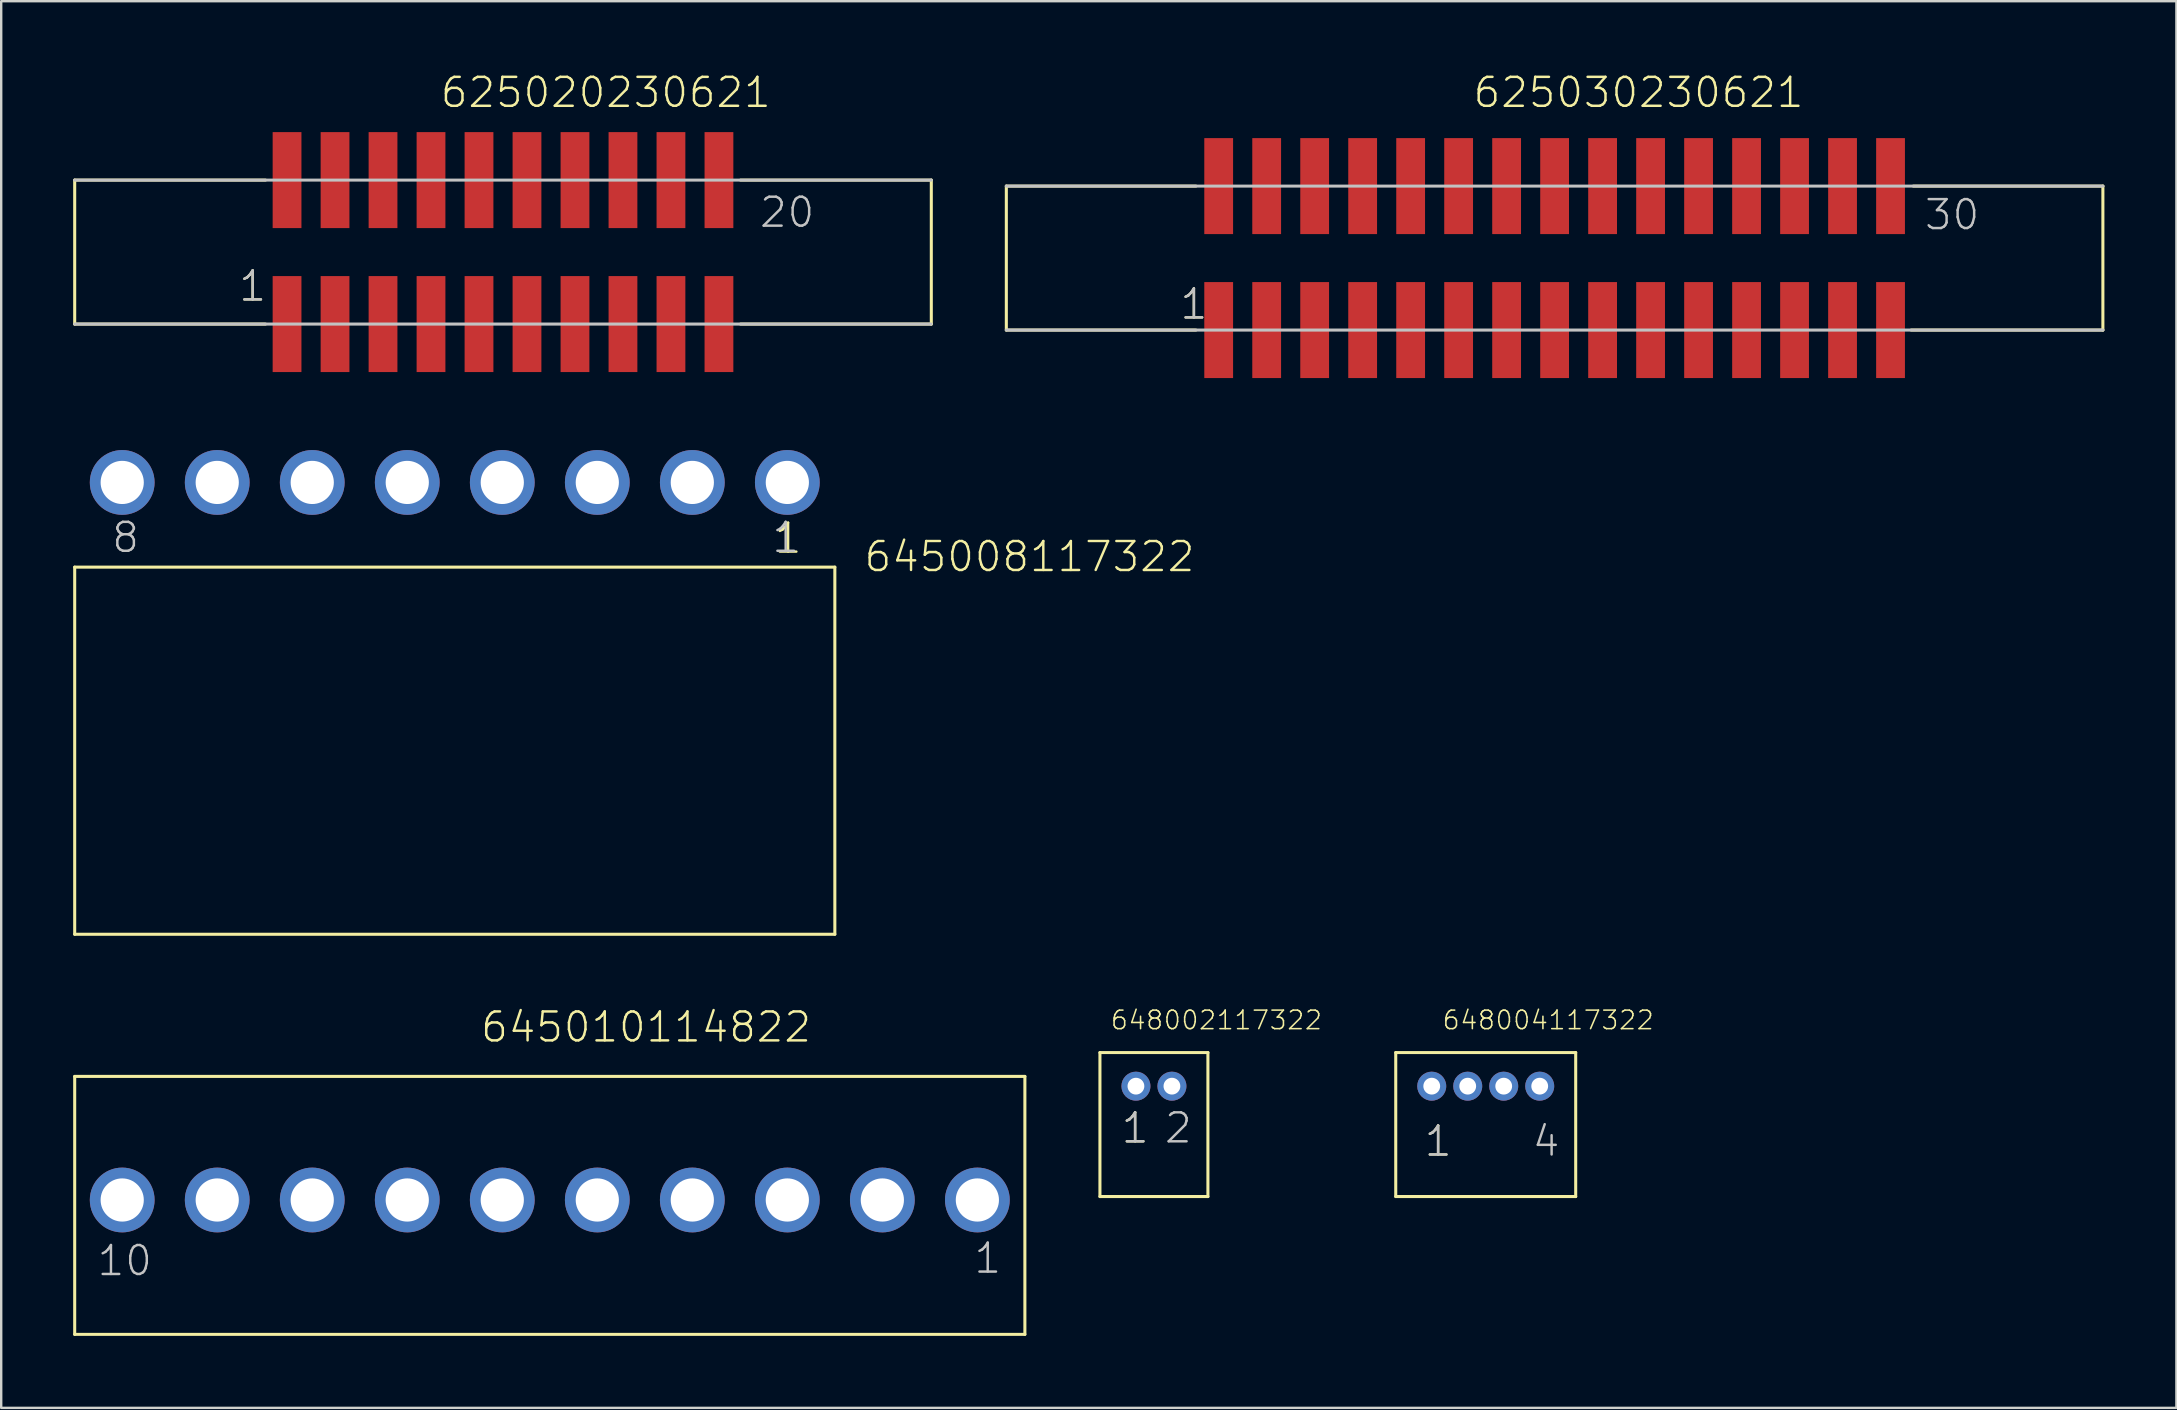
<source format=kicad_pcb>
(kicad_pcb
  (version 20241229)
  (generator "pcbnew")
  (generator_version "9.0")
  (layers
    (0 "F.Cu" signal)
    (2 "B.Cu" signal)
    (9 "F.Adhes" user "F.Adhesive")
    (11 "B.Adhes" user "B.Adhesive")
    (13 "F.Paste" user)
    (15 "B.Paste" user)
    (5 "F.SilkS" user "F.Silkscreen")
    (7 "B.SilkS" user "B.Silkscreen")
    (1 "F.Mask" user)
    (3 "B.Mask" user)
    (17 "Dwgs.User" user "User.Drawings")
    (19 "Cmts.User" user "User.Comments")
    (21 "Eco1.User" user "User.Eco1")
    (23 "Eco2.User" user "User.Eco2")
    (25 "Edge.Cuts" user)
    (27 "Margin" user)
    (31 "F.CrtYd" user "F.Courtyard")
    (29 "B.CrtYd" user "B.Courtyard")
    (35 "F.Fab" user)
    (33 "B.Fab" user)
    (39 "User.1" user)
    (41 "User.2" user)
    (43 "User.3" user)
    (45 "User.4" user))
  (footprint "645008117322"
    (layer "F.Cu")
    (at 15.903 17.056)
    (property "Reference" "645008117322" (at 16.995 3.8 0) (layer "F.SilkS") (effects (font (size 1.206 1.206) (thickness 0.102)) (justify left bottom)))
    (attr through_hole)
    (fp_line (start -15.84 3.53) (end 15.84 3.53) (stroke (width 0.127) (type solid)) (layer "F.SilkS"))
    (fp_line (start -15.84 18.83) (end -15.84 3.53) (stroke (width 0.127) (type solid)) (layer "F.SilkS"))
    (fp_line (start 15.84 3.53) (end 15.84 18.83) (stroke (width 0.127) (type solid)) (layer "F.SilkS"))
    (fp_line (start 15.84 18.83) (end -15.84 18.83) (stroke (width 0.127) (type solid)) (layer "F.SilkS"))
    (fp_text user "1" (at 13.25 3.035 0) (layer "F.SilkS") (effects (font (size 1.206 1.206) (thickness 0.102)) (justify left bottom)))
    (fp_text user "8" (at -14.36 3 0) (layer "Dwgs.User") (effects (font (size 1.206 1.206) (thickness 0.102)) (justify left bottom)))
    (fp_text user "1" (at 13.15 3 0) (layer "Dwgs.User") (effects (font (size 1.206 1.206) (thickness 0.102)) (justify left bottom)))
    (pad "1" thru_hole circle (at 13.86 0) (size 2.7 2.7) (drill 1.8) (layers "*.Cu" "*.Mask"))
    (pad "2" thru_hole circle (at 9.9 0) (size 2.7 2.7) (drill 1.8) (layers "*.Cu" "*.Mask"))
    (pad "3" thru_hole circle (at 5.94 0) (size 2.7 2.7) (drill 1.8) (layers "*.Cu" "*.Mask"))
    (pad "4" thru_hole circle (at 1.98 0) (size 2.7 2.7) (drill 1.8) (layers "*.Cu" "*.Mask"))
    (pad "5" thru_hole circle (at -1.98 0) (size 2.7 2.7) (drill 1.8) (layers "*.Cu" "*.Mask"))
    (pad "6" thru_hole circle (at -5.94 0) (size 2.7 2.7) (drill 1.8) (layers "*.Cu" "*.Mask"))
    (pad "7" thru_hole circle (at -9.9 0) (size 2.7 2.7) (drill 1.8) (layers "*.Cu" "*.Mask"))
    (pad "8" thru_hole circle (at -13.86 0) (size 2.7 2.7) (drill 1.8) (layers "*.Cu" "*.Mask")))
  (footprint "645010114822"
    (layer "F.Cu")
    (at 19.863 46.961)
    (property "Reference" "645010114822" (at -2.945 -6.5 0) (layer "F.SilkS") (effects (font (size 1.206 1.206) (thickness 0.102)) (justify left bottom)))
    (attr through_hole)
    (fp_line (start -19.8 -5.15) (end 19.8 -5.15) (stroke (width 0.127) (type solid)) (layer "F.SilkS"))
    (fp_line (start -19.8 5.6) (end -19.8 -5.15) (stroke (width 0.127) (type solid)) (layer "F.SilkS"))
    (fp_line (start 19.8 -5.15) (end 19.8 5.6) (stroke (width 0.127) (type solid)) (layer "F.SilkS"))
    (fp_line (start 19.8 5.6) (end -19.8 5.6) (stroke (width 0.127) (type solid)) (layer "F.SilkS"))
    (fp_text user "1" (at 17.61 3.135 0) (layer "Dwgs.User") (effects (font (size 1.206 1.206) (thickness 0.102)) (justify left bottom)))
    (fp_text user "10" (at -18.93 3.235 0) (layer "Dwgs.User") (effects (font (size 1.206 1.206) (thickness 0.102)) (justify left bottom)))
    (pad "1" thru_hole circle (at 17.82 0) (size 2.7 2.7) (drill 1.8) (layers "*.Cu" "*.Mask"))
    (pad "2" thru_hole circle (at 13.86 0) (size 2.7 2.7) (drill 1.8) (layers "*.Cu" "*.Mask"))
    (pad "3" thru_hole circle (at 9.9 0) (size 2.7 2.7) (drill 1.8) (layers "*.Cu" "*.Mask"))
    (pad "4" thru_hole circle (at 5.94 0) (size 2.7 2.7) (drill 1.8) (layers "*.Cu" "*.Mask"))
    (pad "5" thru_hole circle (at 1.98 0) (size 2.7 2.7) (drill 1.8) (layers "*.Cu" "*.Mask"))
    (pad "6" thru_hole circle (at -1.98 0) (size 2.7 2.7) (drill 1.8) (layers "*.Cu" "*.Mask"))
    (pad "7" thru_hole circle (at -5.94 0) (size 2.7 2.7) (drill 1.8) (layers "*.Cu" "*.Mask"))
    (pad "8" thru_hole circle (at -9.9 0) (size 2.7 2.7) (drill 1.8) (layers "*.Cu" "*.Mask"))
    (pad "9" thru_hole circle (at -13.86 0) (size 2.7 2.7) (drill 1.8) (layers "*.Cu" "*.Mask"))
    (pad "10" thru_hole circle (at -17.82 0) (size 2.7 2.7) (drill 1.8) (layers "*.Cu" "*.Mask")))
  (footprint "625020230621"
    (layer "F.Cu")
    (at 17.913 7.456)
    (property "Reference" "625020230621" (at -2.675 -5.945 0) (layer "F.SilkS") (effects (font (size 1.206 1.206) (thickness 0.102)) (justify left bottom)))
    (attr through_hole)
    (fp_line (start -17.85 -3) (end -17.85 3) (stroke (width 0.127) (type solid)) (layer "F.SilkS"))
    (fp_line (start -9.9 -3) (end -17.85 -3) (stroke (width 0.127) (type solid)) (layer "F.SilkS"))
    (fp_line (start -9.9 3) (end -17.85 3) (stroke (width 0.127) (type solid)) (layer "F.SilkS"))
    (fp_line (start 9.9 -3) (end 17.85 -3) (stroke (width 0.127) (type solid)) (layer "F.SilkS"))
    (fp_line (start 9.9 3) (end 17.85 3) (stroke (width 0.127) (type solid)) (layer "F.SilkS"))
    (fp_line (start 17.85 3) (end 17.85 -3) (stroke (width 0.127) (type solid)) (layer "F.SilkS"))
    (fp_line (start -17.85 3) (end 17.85 3) (stroke (width 0.127) (type solid)) (layer "Dwgs.User"))
    (fp_line (start 17.85 -3) (end -17.85 -3) (stroke (width 0.127) (type solid)) (layer "Dwgs.User"))
    (fp_text user "1" (at -11.075 2.125 0) (layer "F.SilkS") (effects (font (size 1.206 1.206) (thickness 0.102)) (justify left bottom)))
    (fp_text user "1" (at -11.075 2.125 0) (layer "Dwgs.User") (effects (font (size 1.206 1.206) (thickness 0.102)) (justify left bottom)))
    (fp_text user "20" (at 10.625 -0.95 0) (layer "Dwgs.User") (effects (font (size 1.206 1.206) (thickness 0.102)) (justify left bottom)))
    (pad "1" smd rect (at -9 3 180) (size 1.2 4) (layers "F.Cu" "F.Mask" "F.Paste"))
    (pad "2" smd rect (at -9 -3 180) (size 1.2 4) (layers "F.Cu" "F.Mask" "F.Paste"))
    (pad "3" smd rect (at -7 3 180) (size 1.2 4) (layers "F.Cu" "F.Mask" "F.Paste"))
    (pad "4" smd rect (at -7 -3 180) (size 1.2 4) (layers "F.Cu" "F.Mask" "F.Paste"))
    (pad "5" smd rect (at -5 3 180) (size 1.2 4) (layers "F.Cu" "F.Mask" "F.Paste"))
    (pad "6" smd rect (at -5 -3 180) (size 1.2 4) (layers "F.Cu" "F.Mask" "F.Paste"))
    (pad "7" smd rect (at -3 3 180) (size 1.2 4) (layers "F.Cu" "F.Mask" "F.Paste"))
    (pad "8" smd rect (at -3 -3 180) (size 1.2 4) (layers "F.Cu" "F.Mask" "F.Paste"))
    (pad "9" smd rect (at -1 3 180) (size 1.2 4) (layers "F.Cu" "F.Mask" "F.Paste"))
    (pad "10" smd rect (at -1 -3 180) (size 1.2 4) (layers "F.Cu" "F.Mask" "F.Paste"))
    (pad "11" smd rect (at 1 3 180) (size 1.2 4) (layers "F.Cu" "F.Mask" "F.Paste"))
    (pad "12" smd rect (at 1 -3 180) (size 1.2 4) (layers "F.Cu" "F.Mask" "F.Paste"))
    (pad "13" smd rect (at 3 3 180) (size 1.2 4) (layers "F.Cu" "F.Mask" "F.Paste"))
    (pad "14" smd rect (at 3 -3 180) (size 1.2 4) (layers "F.Cu" "F.Mask" "F.Paste"))
    (pad "15" smd rect (at 5 3 180) (size 1.2 4) (layers "F.Cu" "F.Mask" "F.Paste"))
    (pad "16" smd rect (at 5 -3 180) (size 1.2 4) (layers "F.Cu" "F.Mask" "F.Paste"))
    (pad "17" smd rect (at 7 3 180) (size 1.2 4) (layers "F.Cu" "F.Mask" "F.Paste"))
    (pad "18" smd rect (at 7 -3 180) (size 1.2 4) (layers "F.Cu" "F.Mask" "F.Paste"))
    (pad "19" smd rect (at 9 3 180) (size 1.2 4) (layers "F.Cu" "F.Mask" "F.Paste"))
    (pad "20" smd rect (at 9 -3 180) (size 1.2 4) (layers "F.Cu" "F.Mask" "F.Paste")))
  (footprint "648002117322"
    (layer "F.Cu")
    (at 45.041 42.217)
    (property "Reference" "648002117322" (at -1.85 -2.3 0) (layer "F.SilkS") (effects (font (size 0.772 0.772) (thickness 0.065)) (justify left bottom)))
    (attr through_hole)
    (fp_line (start -2.25 -1.4) (end 2.25 -1.4) (stroke (width 0.127) (type solid)) (layer "F.SilkS"))
    (fp_line (start -2.25 4.6) (end -2.25 -1.4) (stroke (width 0.127) (type solid)) (layer "F.SilkS"))
    (fp_line (start 2.25 -1.4) (end 2.25 4.6) (stroke (width 0.127) (type solid)) (layer "F.SilkS"))
    (fp_line (start 2.25 4.6) (end -2.25 4.6) (stroke (width 0.127) (type solid)) (layer "F.SilkS"))
    (fp_text user "1" (at -1.425 2.45 0) (layer "F.SilkS") (effects (font (size 1.206 1.206) (thickness 0.102)) (justify left bottom)))
    (fp_text user "1" (at -1.425 2.45 0) (layer "Dwgs.User") (effects (font (size 1.206 1.206) (thickness 0.102)) (justify left bottom)))
    (fp_text user "2" (at 0.375 2.45 0) (layer "Dwgs.User") (effects (font (size 1.206 1.206) (thickness 0.102)) (justify left bottom)))
    (pad "1" thru_hole circle (at -0.75 0) (size 1.208 1.208) (drill 0.7) (layers "*.Cu" "*.Mask"))
    (pad "2" thru_hole circle (at 0.75 0) (size 1.208 1.208) (drill 0.7) (layers "*.Cu" "*.Mask")))
  (footprint "625030230621"
    (layer "F.Cu")
    (at 61.74 7.706)
    (property "Reference" "625030230621" (at -3.46 -6.195 0) (layer "F.SilkS") (effects (font (size 1.206 1.206) (thickness 0.102)) (justify left bottom)))
    (attr through_hole)
    (fp_line (start -22.85 -3) (end -22.85 3) (stroke (width 0.127) (type solid)) (layer "F.SilkS"))
    (fp_line (start -14.95 -3) (end -22.85 -3) (stroke (width 0.127) (type solid)) (layer "F.SilkS"))
    (fp_line (start -14.95 3) (end -22.85 3) (stroke (width 0.127) (type solid)) (layer "F.SilkS"))
    (fp_line (start 14.86 3) (end 22.85 3) (stroke (width 0.127) (type solid)) (layer "F.SilkS"))
    (fp_line (start 14.95 -3) (end 22.85 -3) (stroke (width 0.127) (type solid)) (layer "F.SilkS"))
    (fp_line (start 22.85 3) (end 22.85 -3) (stroke (width 0.127) (type solid)) (layer "F.SilkS"))
    (fp_line (start -22.85 3) (end 22.85 3) (stroke (width 0.127) (type solid)) (layer "Dwgs.User"))
    (fp_line (start 22.85 -3) (end -22.85 -3) (stroke (width 0.127) (type solid)) (layer "Dwgs.User"))
    (fp_text user "1" (at -15.675 2.625 0) (layer "F.SilkS") (effects (font (size 1.206 1.206) (thickness 0.102)) (justify left bottom)))
    (fp_text user "1" (at -15.675 2.625 0) (layer "Dwgs.User") (effects (font (size 1.206 1.206) (thickness 0.102)) (justify left bottom)))
    (fp_text user "30" (at 15.35 -1.1 0) (layer "Dwgs.User") (effects (font (size 1.206 1.206) (thickness 0.102)) (justify left bottom)))
    (pad "1" smd rect (at -14 3 180) (size 1.2 4) (layers "F.Cu" "F.Mask" "F.Paste"))
    (pad "2" smd rect (at -14 -3 180) (size 1.2 4) (layers "F.Cu" "F.Mask" "F.Paste"))
    (pad "3" smd rect (at -12 3 180) (size 1.2 4) (layers "F.Cu" "F.Mask" "F.Paste"))
    (pad "4" smd rect (at -12 -3 180) (size 1.2 4) (layers "F.Cu" "F.Mask" "F.Paste"))
    (pad "5" smd rect (at -10 3 180) (size 1.2 4) (layers "F.Cu" "F.Mask" "F.Paste"))
    (pad "6" smd rect (at -10 -3 180) (size 1.2 4) (layers "F.Cu" "F.Mask" "F.Paste"))
    (pad "7" smd rect (at -8 3 180) (size 1.2 4) (layers "F.Cu" "F.Mask" "F.Paste"))
    (pad "8" smd rect (at -8 -3 180) (size 1.2 4) (layers "F.Cu" "F.Mask" "F.Paste"))
    (pad "9" smd rect (at -6 3 180) (size 1.2 4) (layers "F.Cu" "F.Mask" "F.Paste"))
    (pad "10" smd rect (at -6 -3 180) (size 1.2 4) (layers "F.Cu" "F.Mask" "F.Paste"))
    (pad "11" smd rect (at -4 3 180) (size 1.2 4) (layers "F.Cu" "F.Mask" "F.Paste"))
    (pad "12" smd rect (at -4 -3 180) (size 1.2 4) (layers "F.Cu" "F.Mask" "F.Paste"))
    (pad "13" smd rect (at -2 3 180) (size 1.2 4) (layers "F.Cu" "F.Mask" "F.Paste"))
    (pad "14" smd rect (at -2 -3 180) (size 1.2 4) (layers "F.Cu" "F.Mask" "F.Paste"))
    (pad "15" smd rect (at 0 3 180) (size 1.2 4) (layers "F.Cu" "F.Mask" "F.Paste"))
    (pad "16" smd rect (at 0 -3 180) (size 1.2 4) (layers "F.Cu" "F.Mask" "F.Paste"))
    (pad "17" smd rect (at 2 3 180) (size 1.2 4) (layers "F.Cu" "F.Mask" "F.Paste"))
    (pad "18" smd rect (at 2 -3 180) (size 1.2 4) (layers "F.Cu" "F.Mask" "F.Paste"))
    (pad "19" smd rect (at 4 3 180) (size 1.2 4) (layers "F.Cu" "F.Mask" "F.Paste"))
    (pad "20" smd rect (at 4 -3 180) (size 1.2 4) (layers "F.Cu" "F.Mask" "F.Paste"))
    (pad "21" smd rect (at 6 3 180) (size 1.2 4) (layers "F.Cu" "F.Mask" "F.Paste"))
    (pad "22" smd rect (at 6 -3 180) (size 1.2 4) (layers "F.Cu" "F.Mask" "F.Paste"))
    (pad "23" smd rect (at 8 3 180) (size 1.2 4) (layers "F.Cu" "F.Mask" "F.Paste"))
    (pad "24" smd rect (at 8 -3 180) (size 1.2 4) (layers "F.Cu" "F.Mask" "F.Paste"))
    (pad "25" smd rect (at 10 3 180) (size 1.2 4) (layers "F.Cu" "F.Mask" "F.Paste"))
    (pad "26" smd rect (at 10 -3 180) (size 1.2 4) (layers "F.Cu" "F.Mask" "F.Paste"))
    (pad "27" smd rect (at 12 3 180) (size 1.2 4) (layers "F.Cu" "F.Mask" "F.Paste"))
    (pad "28" smd rect (at 12 -3 180) (size 1.2 4) (layers "F.Cu" "F.Mask" "F.Paste"))
    (pad "29" smd rect (at 14 3 180) (size 1.2 4) (layers "F.Cu" "F.Mask" "F.Paste"))
    (pad "30" smd rect (at 14 -3 180) (size 1.2 4) (layers "F.Cu" "F.Mask" "F.Paste")))
  (footprint "648004117322"
    (layer "F.Cu")
    (at 58.869 42.217)
    (property "Reference" "648004117322" (at -1.85 -2.3 0) (layer "F.SilkS") (effects (font (size 0.772 0.772) (thickness 0.065)) (justify left bottom)))
    (attr through_hole)
    (fp_line (start -3.75 -1.4) (end 3.75 -1.4) (stroke (width 0.127) (type solid)) (layer "F.SilkS"))
    (fp_line (start -3.75 4.6) (end -3.75 -1.4) (stroke (width 0.127) (type solid)) (layer "F.SilkS"))
    (fp_line (start 3.75 -1.4) (end 3.75 4.6) (stroke (width 0.127) (type solid)) (layer "F.SilkS"))
    (fp_line (start 3.75 4.6) (end -3.75 4.6) (stroke (width 0.127) (type solid)) (layer "F.SilkS"))
    (fp_text user "1" (at -2.625 3 0) (layer "F.SilkS") (effects (font (size 1.206 1.206) (thickness 0.102)) (justify left bottom)))
    (fp_text user "1" (at -2.625 3 0) (layer "Dwgs.User") (effects (font (size 1.206 1.206) (thickness 0.102)) (justify left bottom)))
    (fp_text user "4" (at 1.875 3 0) (layer "Dwgs.User") (effects (font (size 1.206 1.206) (thickness 0.102)) (justify left bottom)))
    (pad "1" thru_hole circle (at -2.25 0) (size 1.208 1.208) (drill 0.7) (layers "*.Cu" "*.Mask"))
    (pad "2" thru_hole circle (at -0.75 0) (size 1.208 1.208) (drill 0.7) (layers "*.Cu" "*.Mask"))
    (pad "3" thru_hole circle (at 0.75 0) (size 1.208 1.208) (drill 0.7) (layers "*.Cu" "*.Mask"))
    (pad "4" thru_hole circle (at 2.25 0) (size 1.208 1.208) (drill 0.7) (layers "*.Cu" "*.Mask")))
  (gr_rect
    (start -3 -3)
    (end 87.654 55.625)
    (stroke (width 0.1) (type default))
    (fill no)
    (layer "Edge.Cuts")))
</source>
